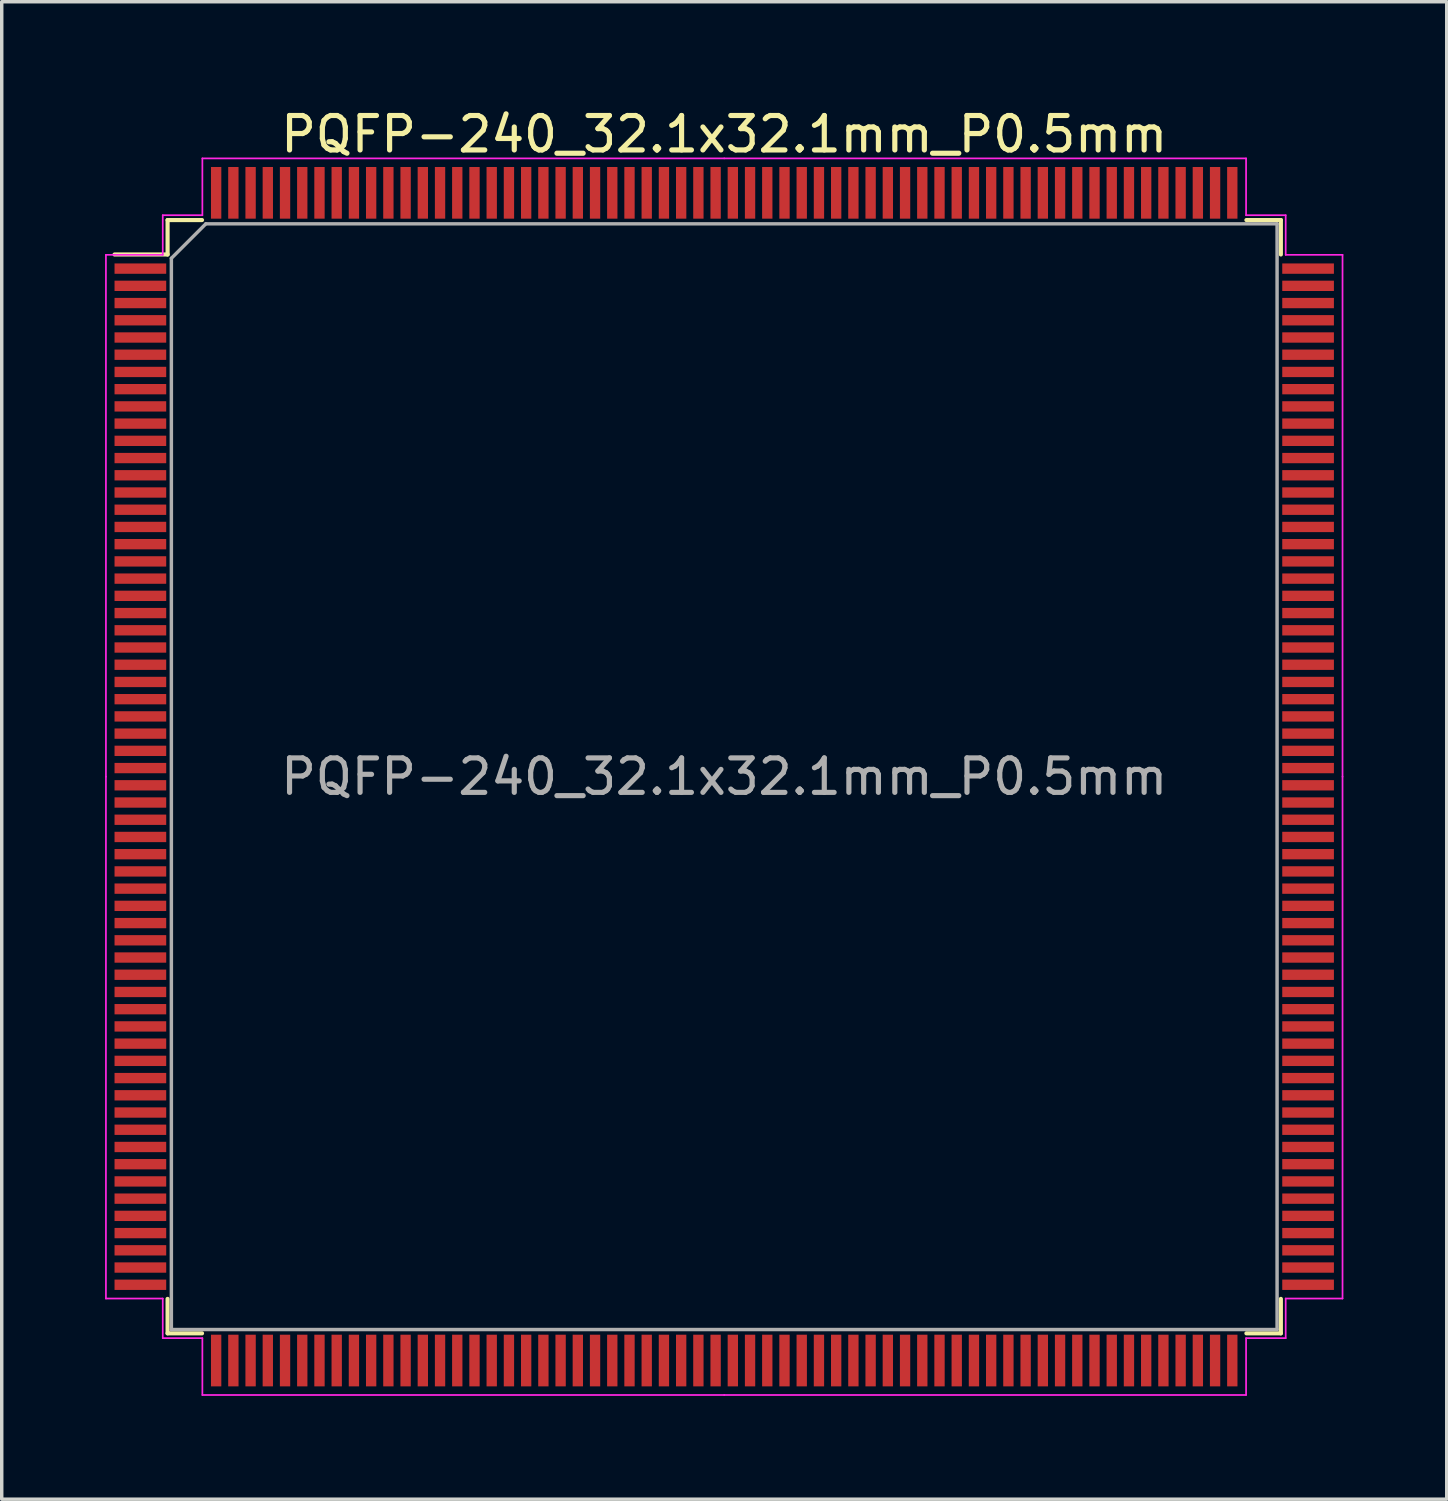
<source format=kicad_pcb>
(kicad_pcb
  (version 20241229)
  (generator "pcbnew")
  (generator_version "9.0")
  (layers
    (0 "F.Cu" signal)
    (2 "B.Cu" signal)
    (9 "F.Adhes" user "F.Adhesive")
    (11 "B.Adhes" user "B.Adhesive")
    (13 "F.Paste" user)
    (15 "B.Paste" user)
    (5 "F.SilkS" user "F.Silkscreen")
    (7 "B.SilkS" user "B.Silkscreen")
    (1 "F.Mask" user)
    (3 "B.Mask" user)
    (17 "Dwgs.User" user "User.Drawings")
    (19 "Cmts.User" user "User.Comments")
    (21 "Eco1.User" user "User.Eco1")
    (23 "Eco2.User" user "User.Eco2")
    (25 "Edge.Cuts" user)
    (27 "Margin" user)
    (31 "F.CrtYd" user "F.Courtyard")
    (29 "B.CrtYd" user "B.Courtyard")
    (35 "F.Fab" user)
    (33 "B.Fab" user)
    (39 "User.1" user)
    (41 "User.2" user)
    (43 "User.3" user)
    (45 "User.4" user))
  (footprint "PQFP-240_32.1x32.1mm_P0.5mm"
    (layer "F.Cu")
    (at 17.975 19.498)
    (property "Reference" "PQFP-240_32.1x32.1mm_P0.5mm" (at 0 -18.65 0) (layer "F.SilkS") (effects (font (size 1 1) (thickness 0.15))))
    (attr smd)
    (fp_line (start -16.16 -16.16) (end -16.16 -15.16) (stroke (width 0.12) (type solid)) (layer "F.SilkS"))
    (fp_line (start -16.16 -15.16) (end -17.7 -15.16) (stroke (width 0.12) (type solid)) (layer "F.SilkS"))
    (fp_line (start -16.16 16.16) (end -16.16 15.16) (stroke (width 0.12) (type solid)) (layer "F.SilkS"))
    (fp_line (start -15.16 -16.16) (end -16.16 -16.16) (stroke (width 0.12) (type solid)) (layer "F.SilkS"))
    (fp_line (start -15.16 16.16) (end -16.16 16.16) (stroke (width 0.12) (type solid)) (layer "F.SilkS"))
    (fp_line (start 15.16 -16.16) (end 16.16 -16.16) (stroke (width 0.12) (type solid)) (layer "F.SilkS"))
    (fp_line (start 15.16 16.16) (end 16.16 16.16) (stroke (width 0.12) (type solid)) (layer "F.SilkS"))
    (fp_line (start 16.16 -16.16) (end 16.16 -15.16) (stroke (width 0.12) (type solid)) (layer "F.SilkS"))
    (fp_line (start 16.16 16.16) (end 16.16 15.16) (stroke (width 0.12) (type solid)) (layer "F.SilkS"))
    (fp_line (start -17.95 -15.15) (end -17.95 0) (stroke (width 0.05) (type solid)) (layer "F.CrtYd"))
    (fp_line (start -17.95 15.15) (end -17.95 0) (stroke (width 0.05) (type solid)) (layer "F.CrtYd"))
    (fp_line (start -16.3 -16.3) (end -16.3 -15.15) (stroke (width 0.05) (type solid)) (layer "F.CrtYd"))
    (fp_line (start -16.3 -15.15) (end -17.95 -15.15) (stroke (width 0.05) (type solid)) (layer "F.CrtYd"))
    (fp_line (start -16.3 15.15) (end -17.95 15.15) (stroke (width 0.05) (type solid)) (layer "F.CrtYd"))
    (fp_line (start -16.3 16.3) (end -16.3 15.15) (stroke (width 0.05) (type solid)) (layer "F.CrtYd"))
    (fp_line (start -15.15 -17.95) (end -15.15 -16.3) (stroke (width 0.05) (type solid)) (layer "F.CrtYd"))
    (fp_line (start -15.15 -16.3) (end -16.3 -16.3) (stroke (width 0.05) (type solid)) (layer "F.CrtYd"))
    (fp_line (start -15.15 16.3) (end -16.3 16.3) (stroke (width 0.05) (type solid)) (layer "F.CrtYd"))
    (fp_line (start -15.15 17.95) (end -15.15 16.3) (stroke (width 0.05) (type solid)) (layer "F.CrtYd"))
    (fp_line (start 0 -17.95) (end -15.15 -17.95) (stroke (width 0.05) (type solid)) (layer "F.CrtYd"))
    (fp_line (start 0 -17.95) (end 15.15 -17.95) (stroke (width 0.05) (type solid)) (layer "F.CrtYd"))
    (fp_line (start 0 17.95) (end -15.15 17.95) (stroke (width 0.05) (type solid)) (layer "F.CrtYd"))
    (fp_line (start 0 17.95) (end 15.15 17.95) (stroke (width 0.05) (type solid)) (layer "F.CrtYd"))
    (fp_line (start 15.15 -17.95) (end 15.15 -16.3) (stroke (width 0.05) (type solid)) (layer "F.CrtYd"))
    (fp_line (start 15.15 -16.3) (end 16.3 -16.3) (stroke (width 0.05) (type solid)) (layer "F.CrtYd"))
    (fp_line (start 15.15 16.3) (end 16.3 16.3) (stroke (width 0.05) (type solid)) (layer "F.CrtYd"))
    (fp_line (start 15.15 17.95) (end 15.15 16.3) (stroke (width 0.05) (type solid)) (layer "F.CrtYd"))
    (fp_line (start 16.3 -16.3) (end 16.3 -15.15) (stroke (width 0.05) (type solid)) (layer "F.CrtYd"))
    (fp_line (start 16.3 -15.15) (end 17.95 -15.15) (stroke (width 0.05) (type solid)) (layer "F.CrtYd"))
    (fp_line (start 16.3 15.15) (end 17.95 15.15) (stroke (width 0.05) (type solid)) (layer "F.CrtYd"))
    (fp_line (start 16.3 16.3) (end 16.3 15.15) (stroke (width 0.05) (type solid)) (layer "F.CrtYd"))
    (fp_line (start 17.95 -15.15) (end 17.95 0) (stroke (width 0.05) (type solid)) (layer "F.CrtYd"))
    (fp_line (start 17.95 15.15) (end 17.95 0) (stroke (width 0.05) (type solid)) (layer "F.CrtYd"))
    (fp_line (start -16.05 -15.05) (end -15.05 -16.05) (stroke (width 0.1) (type solid)) (layer "F.Fab"))
    (fp_line (start -16.05 16.05) (end -16.05 -15.05) (stroke (width 0.1) (type solid)) (layer "F.Fab"))
    (fp_line (start -15.05 -16.05) (end 16.05 -16.05) (stroke (width 0.1) (type solid)) (layer "F.Fab"))
    (fp_line (start 16.05 -16.05) (end 16.05 16.05) (stroke (width 0.1) (type solid)) (layer "F.Fab"))
    (fp_line (start 16.05 16.05) (end -16.05 16.05) (stroke (width 0.1) (type solid)) (layer "F.Fab"))
    (fp_text user "${REFERENCE}" (at 0 0 0) (layer "F.Fab") (effects (font (size 1 1) (thickness 0.15))))
    (pad "1" smd rect (at -16.95 -14.75) (size 1.5 0.3) (layers "F.Cu" "F.Mask" "F.Paste"))
    (pad "2" smd rect (at -16.95 -14.25) (size 1.5 0.3) (layers "F.Cu" "F.Mask" "F.Paste"))
    (pad "3" smd rect (at -16.95 -13.75) (size 1.5 0.3) (layers "F.Cu" "F.Mask" "F.Paste"))
    (pad "4" smd rect (at -16.95 -13.25) (size 1.5 0.3) (layers "F.Cu" "F.Mask" "F.Paste"))
    (pad "5" smd rect (at -16.95 -12.75) (size 1.5 0.3) (layers "F.Cu" "F.Mask" "F.Paste"))
    (pad "6" smd rect (at -16.95 -12.25) (size 1.5 0.3) (layers "F.Cu" "F.Mask" "F.Paste"))
    (pad "7" smd rect (at -16.95 -11.75) (size 1.5 0.3) (layers "F.Cu" "F.Mask" "F.Paste"))
    (pad "8" smd rect (at -16.95 -11.25) (size 1.5 0.3) (layers "F.Cu" "F.Mask" "F.Paste"))
    (pad "9" smd rect (at -16.95 -10.75) (size 1.5 0.3) (layers "F.Cu" "F.Mask" "F.Paste"))
    (pad "10" smd rect (at -16.95 -10.25) (size 1.5 0.3) (layers "F.Cu" "F.Mask" "F.Paste"))
    (pad "11" smd rect (at -16.95 -9.75) (size 1.5 0.3) (layers "F.Cu" "F.Mask" "F.Paste"))
    (pad "12" smd rect (at -16.95 -9.25) (size 1.5 0.3) (layers "F.Cu" "F.Mask" "F.Paste"))
    (pad "13" smd rect (at -16.95 -8.75) (size 1.5 0.3) (layers "F.Cu" "F.Mask" "F.Paste"))
    (pad "14" smd rect (at -16.95 -8.25) (size 1.5 0.3) (layers "F.Cu" "F.Mask" "F.Paste"))
    (pad "15" smd rect (at -16.95 -7.75) (size 1.5 0.3) (layers "F.Cu" "F.Mask" "F.Paste"))
    (pad "16" smd rect (at -16.95 -7.25) (size 1.5 0.3) (layers "F.Cu" "F.Mask" "F.Paste"))
    (pad "17" smd rect (at -16.95 -6.75) (size 1.5 0.3) (layers "F.Cu" "F.Mask" "F.Paste"))
    (pad "18" smd rect (at -16.95 -6.25) (size 1.5 0.3) (layers "F.Cu" "F.Mask" "F.Paste"))
    (pad "19" smd rect (at -16.95 -5.75) (size 1.5 0.3) (layers "F.Cu" "F.Mask" "F.Paste"))
    (pad "20" smd rect (at -16.95 -5.25) (size 1.5 0.3) (layers "F.Cu" "F.Mask" "F.Paste"))
    (pad "21" smd rect (at -16.95 -4.75) (size 1.5 0.3) (layers "F.Cu" "F.Mask" "F.Paste"))
    (pad "22" smd rect (at -16.95 -4.25) (size 1.5 0.3) (layers "F.Cu" "F.Mask" "F.Paste"))
    (pad "23" smd rect (at -16.95 -3.75) (size 1.5 0.3) (layers "F.Cu" "F.Mask" "F.Paste"))
    (pad "24" smd rect (at -16.95 -3.25) (size 1.5 0.3) (layers "F.Cu" "F.Mask" "F.Paste"))
    (pad "25" smd rect (at -16.95 -2.75) (size 1.5 0.3) (layers "F.Cu" "F.Mask" "F.Paste"))
    (pad "26" smd rect (at -16.95 -2.25) (size 1.5 0.3) (layers "F.Cu" "F.Mask" "F.Paste"))
    (pad "27" smd rect (at -16.95 -1.75) (size 1.5 0.3) (layers "F.Cu" "F.Mask" "F.Paste"))
    (pad "28" smd rect (at -16.95 -1.25) (size 1.5 0.3) (layers "F.Cu" "F.Mask" "F.Paste"))
    (pad "29" smd rect (at -16.95 -0.75) (size 1.5 0.3) (layers "F.Cu" "F.Mask" "F.Paste"))
    (pad "30" smd rect (at -16.95 -0.25) (size 1.5 0.3) (layers "F.Cu" "F.Mask" "F.Paste"))
    (pad "31" smd rect (at -16.95 0.25) (size 1.5 0.3) (layers "F.Cu" "F.Mask" "F.Paste"))
    (pad "32" smd rect (at -16.95 0.75) (size 1.5 0.3) (layers "F.Cu" "F.Mask" "F.Paste"))
    (pad "33" smd rect (at -16.95 1.25) (size 1.5 0.3) (layers "F.Cu" "F.Mask" "F.Paste"))
    (pad "34" smd rect (at -16.95 1.75) (size 1.5 0.3) (layers "F.Cu" "F.Mask" "F.Paste"))
    (pad "35" smd rect (at -16.95 2.25) (size 1.5 0.3) (layers "F.Cu" "F.Mask" "F.Paste"))
    (pad "36" smd rect (at -16.95 2.75) (size 1.5 0.3) (layers "F.Cu" "F.Mask" "F.Paste"))
    (pad "37" smd rect (at -16.95 3.25) (size 1.5 0.3) (layers "F.Cu" "F.Mask" "F.Paste"))
    (pad "38" smd rect (at -16.95 3.75) (size 1.5 0.3) (layers "F.Cu" "F.Mask" "F.Paste"))
    (pad "39" smd rect (at -16.95 4.25) (size 1.5 0.3) (layers "F.Cu" "F.Mask" "F.Paste"))
    (pad "40" smd rect (at -16.95 4.75) (size 1.5 0.3) (layers "F.Cu" "F.Mask" "F.Paste"))
    (pad "41" smd rect (at -16.95 5.25) (size 1.5 0.3) (layers "F.Cu" "F.Mask" "F.Paste"))
    (pad "42" smd rect (at -16.95 5.75) (size 1.5 0.3) (layers "F.Cu" "F.Mask" "F.Paste"))
    (pad "43" smd rect (at -16.95 6.25) (size 1.5 0.3) (layers "F.Cu" "F.Mask" "F.Paste"))
    (pad "44" smd rect (at -16.95 6.75) (size 1.5 0.3) (layers "F.Cu" "F.Mask" "F.Paste"))
    (pad "45" smd rect (at -16.95 7.25) (size 1.5 0.3) (layers "F.Cu" "F.Mask" "F.Paste"))
    (pad "46" smd rect (at -16.95 7.75) (size 1.5 0.3) (layers "F.Cu" "F.Mask" "F.Paste"))
    (pad "47" smd rect (at -16.95 8.25) (size 1.5 0.3) (layers "F.Cu" "F.Mask" "F.Paste"))
    (pad "48" smd rect (at -16.95 8.75) (size 1.5 0.3) (layers "F.Cu" "F.Mask" "F.Paste"))
    (pad "49" smd rect (at -16.95 9.25) (size 1.5 0.3) (layers "F.Cu" "F.Mask" "F.Paste"))
    (pad "50" smd rect (at -16.95 9.75) (size 1.5 0.3) (layers "F.Cu" "F.Mask" "F.Paste"))
    (pad "51" smd rect (at -16.95 10.25) (size 1.5 0.3) (layers "F.Cu" "F.Mask" "F.Paste"))
    (pad "52" smd rect (at -16.95 10.75) (size 1.5 0.3) (layers "F.Cu" "F.Mask" "F.Paste"))
    (pad "53" smd rect (at -16.95 11.25) (size 1.5 0.3) (layers "F.Cu" "F.Mask" "F.Paste"))
    (pad "54" smd rect (at -16.95 11.75) (size 1.5 0.3) (layers "F.Cu" "F.Mask" "F.Paste"))
    (pad "55" smd rect (at -16.95 12.25) (size 1.5 0.3) (layers "F.Cu" "F.Mask" "F.Paste"))
    (pad "56" smd rect (at -16.95 12.75) (size 1.5 0.3) (layers "F.Cu" "F.Mask" "F.Paste"))
    (pad "57" smd rect (at -16.95 13.25) (size 1.5 0.3) (layers "F.Cu" "F.Mask" "F.Paste"))
    (pad "58" smd rect (at -16.95 13.75) (size 1.5 0.3) (layers "F.Cu" "F.Mask" "F.Paste"))
    (pad "59" smd rect (at -16.95 14.25) (size 1.5 0.3) (layers "F.Cu" "F.Mask" "F.Paste"))
    (pad "60" smd rect (at -16.95 14.75) (size 1.5 0.3) (layers "F.Cu" "F.Mask" "F.Paste"))
    (pad "61" smd rect (at -14.75 16.95) (size 0.3 1.5) (layers "F.Cu" "F.Mask" "F.Paste"))
    (pad "62" smd rect (at -14.25 16.95) (size 0.3 1.5) (layers "F.Cu" "F.Mask" "F.Paste"))
    (pad "63" smd rect (at -13.75 16.95) (size 0.3 1.5) (layers "F.Cu" "F.Mask" "F.Paste"))
    (pad "64" smd rect (at -13.25 16.95) (size 0.3 1.5) (layers "F.Cu" "F.Mask" "F.Paste"))
    (pad "65" smd rect (at -12.75 16.95) (size 0.3 1.5) (layers "F.Cu" "F.Mask" "F.Paste"))
    (pad "66" smd rect (at -12.25 16.95) (size 0.3 1.5) (layers "F.Cu" "F.Mask" "F.Paste"))
    (pad "67" smd rect (at -11.75 16.95) (size 0.3 1.5) (layers "F.Cu" "F.Mask" "F.Paste"))
    (pad "68" smd rect (at -11.25 16.95) (size 0.3 1.5) (layers "F.Cu" "F.Mask" "F.Paste"))
    (pad "69" smd rect (at -10.75 16.95) (size 0.3 1.5) (layers "F.Cu" "F.Mask" "F.Paste"))
    (pad "70" smd rect (at -10.25 16.95) (size 0.3 1.5) (layers "F.Cu" "F.Mask" "F.Paste"))
    (pad "71" smd rect (at -9.75 16.95) (size 0.3 1.5) (layers "F.Cu" "F.Mask" "F.Paste"))
    (pad "72" smd rect (at -9.25 16.95) (size 0.3 1.5) (layers "F.Cu" "F.Mask" "F.Paste"))
    (pad "73" smd rect (at -8.75 16.95) (size 0.3 1.5) (layers "F.Cu" "F.Mask" "F.Paste"))
    (pad "74" smd rect (at -8.25 16.95) (size 0.3 1.5) (layers "F.Cu" "F.Mask" "F.Paste"))
    (pad "75" smd rect (at -7.75 16.95) (size 0.3 1.5) (layers "F.Cu" "F.Mask" "F.Paste"))
    (pad "76" smd rect (at -7.25 16.95) (size 0.3 1.5) (layers "F.Cu" "F.Mask" "F.Paste"))
    (pad "77" smd rect (at -6.75 16.95) (size 0.3 1.5) (layers "F.Cu" "F.Mask" "F.Paste"))
    (pad "78" smd rect (at -6.25 16.95) (size 0.3 1.5) (layers "F.Cu" "F.Mask" "F.Paste"))
    (pad "79" smd rect (at -5.75 16.95) (size 0.3 1.5) (layers "F.Cu" "F.Mask" "F.Paste"))
    (pad "80" smd rect (at -5.25 16.95) (size 0.3 1.5) (layers "F.Cu" "F.Mask" "F.Paste"))
    (pad "81" smd rect (at -4.75 16.95) (size 0.3 1.5) (layers "F.Cu" "F.Mask" "F.Paste"))
    (pad "82" smd rect (at -4.25 16.95) (size 0.3 1.5) (layers "F.Cu" "F.Mask" "F.Paste"))
    (pad "83" smd rect (at -3.75 16.95) (size 0.3 1.5) (layers "F.Cu" "F.Mask" "F.Paste"))
    (pad "84" smd rect (at -3.25 16.95) (size 0.3 1.5) (layers "F.Cu" "F.Mask" "F.Paste"))
    (pad "85" smd rect (at -2.75 16.95) (size 0.3 1.5) (layers "F.Cu" "F.Mask" "F.Paste"))
    (pad "86" smd rect (at -2.25 16.95) (size 0.3 1.5) (layers "F.Cu" "F.Mask" "F.Paste"))
    (pad "87" smd rect (at -1.75 16.95) (size 0.3 1.5) (layers "F.Cu" "F.Mask" "F.Paste"))
    (pad "88" smd rect (at -1.25 16.95) (size 0.3 1.5) (layers "F.Cu" "F.Mask" "F.Paste"))
    (pad "89" smd rect (at -0.75 16.95) (size 0.3 1.5) (layers "F.Cu" "F.Mask" "F.Paste"))
    (pad "90" smd rect (at -0.25 16.95) (size 0.3 1.5) (layers "F.Cu" "F.Mask" "F.Paste"))
    (pad "91" smd rect (at 0.25 16.95) (size 0.3 1.5) (layers "F.Cu" "F.Mask" "F.Paste"))
    (pad "92" smd rect (at 0.75 16.95) (size 0.3 1.5) (layers "F.Cu" "F.Mask" "F.Paste"))
    (pad "93" smd rect (at 1.25 16.95) (size 0.3 1.5) (layers "F.Cu" "F.Mask" "F.Paste"))
    (pad "94" smd rect (at 1.75 16.95) (size 0.3 1.5) (layers "F.Cu" "F.Mask" "F.Paste"))
    (pad "95" smd rect (at 2.25 16.95) (size 0.3 1.5) (layers "F.Cu" "F.Mask" "F.Paste"))
    (pad "96" smd rect (at 2.75 16.95) (size 0.3 1.5) (layers "F.Cu" "F.Mask" "F.Paste"))
    (pad "97" smd rect (at 3.25 16.95) (size 0.3 1.5) (layers "F.Cu" "F.Mask" "F.Paste"))
    (pad "98" smd rect (at 3.75 16.95) (size 0.3 1.5) (layers "F.Cu" "F.Mask" "F.Paste"))
    (pad "99" smd rect (at 4.25 16.95) (size 0.3 1.5) (layers "F.Cu" "F.Mask" "F.Paste"))
    (pad "100" smd rect (at 4.75 16.95) (size 0.3 1.5) (layers "F.Cu" "F.Mask" "F.Paste"))
    (pad "101" smd rect (at 5.25 16.95) (size 0.3 1.5) (layers "F.Cu" "F.Mask" "F.Paste"))
    (pad "102" smd rect (at 5.75 16.95) (size 0.3 1.5) (layers "F.Cu" "F.Mask" "F.Paste"))
    (pad "103" smd rect (at 6.25 16.95) (size 0.3 1.5) (layers "F.Cu" "F.Mask" "F.Paste"))
    (pad "104" smd rect (at 6.75 16.95) (size 0.3 1.5) (layers "F.Cu" "F.Mask" "F.Paste"))
    (pad "105" smd rect (at 7.25 16.95) (size 0.3 1.5) (layers "F.Cu" "F.Mask" "F.Paste"))
    (pad "106" smd rect (at 7.75 16.95) (size 0.3 1.5) (layers "F.Cu" "F.Mask" "F.Paste"))
    (pad "107" smd rect (at 8.25 16.95) (size 0.3 1.5) (layers "F.Cu" "F.Mask" "F.Paste"))
    (pad "108" smd rect (at 8.75 16.95) (size 0.3 1.5) (layers "F.Cu" "F.Mask" "F.Paste"))
    (pad "109" smd rect (at 9.25 16.95) (size 0.3 1.5) (layers "F.Cu" "F.Mask" "F.Paste"))
    (pad "110" smd rect (at 9.75 16.95) (size 0.3 1.5) (layers "F.Cu" "F.Mask" "F.Paste"))
    (pad "111" smd rect (at 10.25 16.95) (size 0.3 1.5) (layers "F.Cu" "F.Mask" "F.Paste"))
    (pad "112" smd rect (at 10.75 16.95) (size 0.3 1.5) (layers "F.Cu" "F.Mask" "F.Paste"))
    (pad "113" smd rect (at 11.25 16.95) (size 0.3 1.5) (layers "F.Cu" "F.Mask" "F.Paste"))
    (pad "114" smd rect (at 11.75 16.95) (size 0.3 1.5) (layers "F.Cu" "F.Mask" "F.Paste"))
    (pad "115" smd rect (at 12.25 16.95) (size 0.3 1.5) (layers "F.Cu" "F.Mask" "F.Paste"))
    (pad "116" smd rect (at 12.75 16.95) (size 0.3 1.5) (layers "F.Cu" "F.Mask" "F.Paste"))
    (pad "117" smd rect (at 13.25 16.95) (size 0.3 1.5) (layers "F.Cu" "F.Mask" "F.Paste"))
    (pad "118" smd rect (at 13.75 16.95) (size 0.3 1.5) (layers "F.Cu" "F.Mask" "F.Paste"))
    (pad "119" smd rect (at 14.25 16.95) (size 0.3 1.5) (layers "F.Cu" "F.Mask" "F.Paste"))
    (pad "120" smd rect (at 14.75 16.95) (size 0.3 1.5) (layers "F.Cu" "F.Mask" "F.Paste"))
    (pad "121" smd rect (at 16.95 14.75) (size 1.5 0.3) (layers "F.Cu" "F.Mask" "F.Paste"))
    (pad "122" smd rect (at 16.95 14.25) (size 1.5 0.3) (layers "F.Cu" "F.Mask" "F.Paste"))
    (pad "123" smd rect (at 16.95 13.75) (size 1.5 0.3) (layers "F.Cu" "F.Mask" "F.Paste"))
    (pad "124" smd rect (at 16.95 13.25) (size 1.5 0.3) (layers "F.Cu" "F.Mask" "F.Paste"))
    (pad "125" smd rect (at 16.95 12.75) (size 1.5 0.3) (layers "F.Cu" "F.Mask" "F.Paste"))
    (pad "126" smd rect (at 16.95 12.25) (size 1.5 0.3) (layers "F.Cu" "F.Mask" "F.Paste"))
    (pad "127" smd rect (at 16.95 11.75) (size 1.5 0.3) (layers "F.Cu" "F.Mask" "F.Paste"))
    (pad "128" smd rect (at 16.95 11.25) (size 1.5 0.3) (layers "F.Cu" "F.Mask" "F.Paste"))
    (pad "129" smd rect (at 16.95 10.75) (size 1.5 0.3) (layers "F.Cu" "F.Mask" "F.Paste"))
    (pad "130" smd rect (at 16.95 10.25) (size 1.5 0.3) (layers "F.Cu" "F.Mask" "F.Paste"))
    (pad "131" smd rect (at 16.95 9.75) (size 1.5 0.3) (layers "F.Cu" "F.Mask" "F.Paste"))
    (pad "132" smd rect (at 16.95 9.25) (size 1.5 0.3) (layers "F.Cu" "F.Mask" "F.Paste"))
    (pad "133" smd rect (at 16.95 8.75) (size 1.5 0.3) (layers "F.Cu" "F.Mask" "F.Paste"))
    (pad "134" smd rect (at 16.95 8.25) (size 1.5 0.3) (layers "F.Cu" "F.Mask" "F.Paste"))
    (pad "135" smd rect (at 16.95 7.75) (size 1.5 0.3) (layers "F.Cu" "F.Mask" "F.Paste"))
    (pad "136" smd rect (at 16.95 7.25) (size 1.5 0.3) (layers "F.Cu" "F.Mask" "F.Paste"))
    (pad "137" smd rect (at 16.95 6.75) (size 1.5 0.3) (layers "F.Cu" "F.Mask" "F.Paste"))
    (pad "138" smd rect (at 16.95 6.25) (size 1.5 0.3) (layers "F.Cu" "F.Mask" "F.Paste"))
    (pad "139" smd rect (at 16.95 5.75) (size 1.5 0.3) (layers "F.Cu" "F.Mask" "F.Paste"))
    (pad "140" smd rect (at 16.95 5.25) (size 1.5 0.3) (layers "F.Cu" "F.Mask" "F.Paste"))
    (pad "141" smd rect (at 16.95 4.75) (size 1.5 0.3) (layers "F.Cu" "F.Mask" "F.Paste"))
    (pad "142" smd rect (at 16.95 4.25) (size 1.5 0.3) (layers "F.Cu" "F.Mask" "F.Paste"))
    (pad "143" smd rect (at 16.95 3.75) (size 1.5 0.3) (layers "F.Cu" "F.Mask" "F.Paste"))
    (pad "144" smd rect (at 16.95 3.25) (size 1.5 0.3) (layers "F.Cu" "F.Mask" "F.Paste"))
    (pad "145" smd rect (at 16.95 2.75) (size 1.5 0.3) (layers "F.Cu" "F.Mask" "F.Paste"))
    (pad "146" smd rect (at 16.95 2.25) (size 1.5 0.3) (layers "F.Cu" "F.Mask" "F.Paste"))
    (pad "147" smd rect (at 16.95 1.75) (size 1.5 0.3) (layers "F.Cu" "F.Mask" "F.Paste"))
    (pad "148" smd rect (at 16.95 1.25) (size 1.5 0.3) (layers "F.Cu" "F.Mask" "F.Paste"))
    (pad "149" smd rect (at 16.95 0.75) (size 1.5 0.3) (layers "F.Cu" "F.Mask" "F.Paste"))
    (pad "150" smd rect (at 16.95 0.25) (size 1.5 0.3) (layers "F.Cu" "F.Mask" "F.Paste"))
    (pad "151" smd rect (at 16.95 -0.25) (size 1.5 0.3) (layers "F.Cu" "F.Mask" "F.Paste"))
    (pad "152" smd rect (at 16.95 -0.75) (size 1.5 0.3) (layers "F.Cu" "F.Mask" "F.Paste"))
    (pad "153" smd rect (at 16.95 -1.25) (size 1.5 0.3) (layers "F.Cu" "F.Mask" "F.Paste"))
    (pad "154" smd rect (at 16.95 -1.75) (size 1.5 0.3) (layers "F.Cu" "F.Mask" "F.Paste"))
    (pad "155" smd rect (at 16.95 -2.25) (size 1.5 0.3) (layers "F.Cu" "F.Mask" "F.Paste"))
    (pad "156" smd rect (at 16.95 -2.75) (size 1.5 0.3) (layers "F.Cu" "F.Mask" "F.Paste"))
    (pad "157" smd rect (at 16.95 -3.25) (size 1.5 0.3) (layers "F.Cu" "F.Mask" "F.Paste"))
    (pad "158" smd rect (at 16.95 -3.75) (size 1.5 0.3) (layers "F.Cu" "F.Mask" "F.Paste"))
    (pad "159" smd rect (at 16.95 -4.25) (size 1.5 0.3) (layers "F.Cu" "F.Mask" "F.Paste"))
    (pad "160" smd rect (at 16.95 -4.75) (size 1.5 0.3) (layers "F.Cu" "F.Mask" "F.Paste"))
    (pad "161" smd rect (at 16.95 -5.25) (size 1.5 0.3) (layers "F.Cu" "F.Mask" "F.Paste"))
    (pad "162" smd rect (at 16.95 -5.75) (size 1.5 0.3) (layers "F.Cu" "F.Mask" "F.Paste"))
    (pad "163" smd rect (at 16.95 -6.25) (size 1.5 0.3) (layers "F.Cu" "F.Mask" "F.Paste"))
    (pad "164" smd rect (at 16.95 -6.75) (size 1.5 0.3) (layers "F.Cu" "F.Mask" "F.Paste"))
    (pad "165" smd rect (at 16.95 -7.25) (size 1.5 0.3) (layers "F.Cu" "F.Mask" "F.Paste"))
    (pad "166" smd rect (at 16.95 -7.75) (size 1.5 0.3) (layers "F.Cu" "F.Mask" "F.Paste"))
    (pad "167" smd rect (at 16.95 -8.25) (size 1.5 0.3) (layers "F.Cu" "F.Mask" "F.Paste"))
    (pad "168" smd rect (at 16.95 -8.75) (size 1.5 0.3) (layers "F.Cu" "F.Mask" "F.Paste"))
    (pad "169" smd rect (at 16.95 -9.25) (size 1.5 0.3) (layers "F.Cu" "F.Mask" "F.Paste"))
    (pad "170" smd rect (at 16.95 -9.75) (size 1.5 0.3) (layers "F.Cu" "F.Mask" "F.Paste"))
    (pad "171" smd rect (at 16.95 -10.25) (size 1.5 0.3) (layers "F.Cu" "F.Mask" "F.Paste"))
    (pad "172" smd rect (at 16.95 -10.75) (size 1.5 0.3) (layers "F.Cu" "F.Mask" "F.Paste"))
    (pad "173" smd rect (at 16.95 -11.25) (size 1.5 0.3) (layers "F.Cu" "F.Mask" "F.Paste"))
    (pad "174" smd rect (at 16.95 -11.75) (size 1.5 0.3) (layers "F.Cu" "F.Mask" "F.Paste"))
    (pad "175" smd rect (at 16.95 -12.25) (size 1.5 0.3) (layers "F.Cu" "F.Mask" "F.Paste"))
    (pad "176" smd rect (at 16.95 -12.75) (size 1.5 0.3) (layers "F.Cu" "F.Mask" "F.Paste"))
    (pad "177" smd rect (at 16.95 -13.25) (size 1.5 0.3) (layers "F.Cu" "F.Mask" "F.Paste"))
    (pad "178" smd rect (at 16.95 -13.75) (size 1.5 0.3) (layers "F.Cu" "F.Mask" "F.Paste"))
    (pad "179" smd rect (at 16.95 -14.25) (size 1.5 0.3) (layers "F.Cu" "F.Mask" "F.Paste"))
    (pad "180" smd rect (at 16.95 -14.75) (size 1.5 0.3) (layers "F.Cu" "F.Mask" "F.Paste"))
    (pad "181" smd rect (at 14.75 -16.95) (size 0.3 1.5) (layers "F.Cu" "F.Mask" "F.Paste"))
    (pad "182" smd rect (at 14.25 -16.95) (size 0.3 1.5) (layers "F.Cu" "F.Mask" "F.Paste"))
    (pad "183" smd rect (at 13.75 -16.95) (size 0.3 1.5) (layers "F.Cu" "F.Mask" "F.Paste"))
    (pad "184" smd rect (at 13.25 -16.95) (size 0.3 1.5) (layers "F.Cu" "F.Mask" "F.Paste"))
    (pad "185" smd rect (at 12.75 -16.95) (size 0.3 1.5) (layers "F.Cu" "F.Mask" "F.Paste"))
    (pad "186" smd rect (at 12.25 -16.95) (size 0.3 1.5) (layers "F.Cu" "F.Mask" "F.Paste"))
    (pad "187" smd rect (at 11.75 -16.95) (size 0.3 1.5) (layers "F.Cu" "F.Mask" "F.Paste"))
    (pad "188" smd rect (at 11.25 -16.95) (size 0.3 1.5) (layers "F.Cu" "F.Mask" "F.Paste"))
    (pad "189" smd rect (at 10.75 -16.95) (size 0.3 1.5) (layers "F.Cu" "F.Mask" "F.Paste"))
    (pad "190" smd rect (at 10.25 -16.95) (size 0.3 1.5) (layers "F.Cu" "F.Mask" "F.Paste"))
    (pad "191" smd rect (at 9.75 -16.95) (size 0.3 1.5) (layers "F.Cu" "F.Mask" "F.Paste"))
    (pad "192" smd rect (at 9.25 -16.95) (size 0.3 1.5) (layers "F.Cu" "F.Mask" "F.Paste"))
    (pad "193" smd rect (at 8.75 -16.95) (size 0.3 1.5) (layers "F.Cu" "F.Mask" "F.Paste"))
    (pad "194" smd rect (at 8.25 -16.95) (size 0.3 1.5) (layers "F.Cu" "F.Mask" "F.Paste"))
    (pad "195" smd rect (at 7.75 -16.95) (size 0.3 1.5) (layers "F.Cu" "F.Mask" "F.Paste"))
    (pad "196" smd rect (at 7.25 -16.95) (size 0.3 1.5) (layers "F.Cu" "F.Mask" "F.Paste"))
    (pad "197" smd rect (at 6.75 -16.95) (size 0.3 1.5) (layers "F.Cu" "F.Mask" "F.Paste"))
    (pad "198" smd rect (at 6.25 -16.95) (size 0.3 1.5) (layers "F.Cu" "F.Mask" "F.Paste"))
    (pad "199" smd rect (at 5.75 -16.95) (size 0.3 1.5) (layers "F.Cu" "F.Mask" "F.Paste"))
    (pad "200" smd rect (at 5.25 -16.95) (size 0.3 1.5) (layers "F.Cu" "F.Mask" "F.Paste"))
    (pad "201" smd rect (at 4.75 -16.95) (size 0.3 1.5) (layers "F.Cu" "F.Mask" "F.Paste"))
    (pad "202" smd rect (at 4.25 -16.95) (size 0.3 1.5) (layers "F.Cu" "F.Mask" "F.Paste"))
    (pad "203" smd rect (at 3.75 -16.95) (size 0.3 1.5) (layers "F.Cu" "F.Mask" "F.Paste"))
    (pad "204" smd rect (at 3.25 -16.95) (size 0.3 1.5) (layers "F.Cu" "F.Mask" "F.Paste"))
    (pad "205" smd rect (at 2.75 -16.95) (size 0.3 1.5) (layers "F.Cu" "F.Mask" "F.Paste"))
    (pad "206" smd rect (at 2.25 -16.95) (size 0.3 1.5) (layers "F.Cu" "F.Mask" "F.Paste"))
    (pad "207" smd rect (at 1.75 -16.95) (size 0.3 1.5) (layers "F.Cu" "F.Mask" "F.Paste"))
    (pad "208" smd rect (at 1.25 -16.95) (size 0.3 1.5) (layers "F.Cu" "F.Mask" "F.Paste"))
    (pad "209" smd rect (at 0.75 -16.95) (size 0.3 1.5) (layers "F.Cu" "F.Mask" "F.Paste"))
    (pad "210" smd rect (at 0.25 -16.95) (size 0.3 1.5) (layers "F.Cu" "F.Mask" "F.Paste"))
    (pad "211" smd rect (at -0.25 -16.95) (size 0.3 1.5) (layers "F.Cu" "F.Mask" "F.Paste"))
    (pad "212" smd rect (at -0.75 -16.95) (size 0.3 1.5) (layers "F.Cu" "F.Mask" "F.Paste"))
    (pad "213" smd rect (at -1.25 -16.95) (size 0.3 1.5) (layers "F.Cu" "F.Mask" "F.Paste"))
    (pad "214" smd rect (at -1.75 -16.95) (size 0.3 1.5) (layers "F.Cu" "F.Mask" "F.Paste"))
    (pad "215" smd rect (at -2.25 -16.95) (size 0.3 1.5) (layers "F.Cu" "F.Mask" "F.Paste"))
    (pad "216" smd rect (at -2.75 -16.95) (size 0.3 1.5) (layers "F.Cu" "F.Mask" "F.Paste"))
    (pad "217" smd rect (at -3.25 -16.95) (size 0.3 1.5) (layers "F.Cu" "F.Mask" "F.Paste"))
    (pad "218" smd rect (at -3.75 -16.95) (size 0.3 1.5) (layers "F.Cu" "F.Mask" "F.Paste"))
    (pad "219" smd rect (at -4.25 -16.95) (size 0.3 1.5) (layers "F.Cu" "F.Mask" "F.Paste"))
    (pad "220" smd rect (at -4.75 -16.95) (size 0.3 1.5) (layers "F.Cu" "F.Mask" "F.Paste"))
    (pad "221" smd rect (at -5.25 -16.95) (size 0.3 1.5) (layers "F.Cu" "F.Mask" "F.Paste"))
    (pad "222" smd rect (at -5.75 -16.95) (size 0.3 1.5) (layers "F.Cu" "F.Mask" "F.Paste"))
    (pad "223" smd rect (at -6.25 -16.95) (size 0.3 1.5) (layers "F.Cu" "F.Mask" "F.Paste"))
    (pad "224" smd rect (at -6.75 -16.95) (size 0.3 1.5) (layers "F.Cu" "F.Mask" "F.Paste"))
    (pad "225" smd rect (at -7.25 -16.95) (size 0.3 1.5) (layers "F.Cu" "F.Mask" "F.Paste"))
    (pad "226" smd rect (at -7.75 -16.95) (size 0.3 1.5) (layers "F.Cu" "F.Mask" "F.Paste"))
    (pad "227" smd rect (at -8.25 -16.95) (size 0.3 1.5) (layers "F.Cu" "F.Mask" "F.Paste"))
    (pad "228" smd rect (at -8.75 -16.95) (size 0.3 1.5) (layers "F.Cu" "F.Mask" "F.Paste"))
    (pad "229" smd rect (at -9.25 -16.95) (size 0.3 1.5) (layers "F.Cu" "F.Mask" "F.Paste"))
    (pad "230" smd rect (at -9.75 -16.95) (size 0.3 1.5) (layers "F.Cu" "F.Mask" "F.Paste"))
    (pad "231" smd rect (at -10.25 -16.95) (size 0.3 1.5) (layers "F.Cu" "F.Mask" "F.Paste"))
    (pad "232" smd rect (at -10.75 -16.95) (size 0.3 1.5) (layers "F.Cu" "F.Mask" "F.Paste"))
    (pad "233" smd rect (at -11.25 -16.95) (size 0.3 1.5) (layers "F.Cu" "F.Mask" "F.Paste"))
    (pad "234" smd rect (at -11.75 -16.95) (size 0.3 1.5) (layers "F.Cu" "F.Mask" "F.Paste"))
    (pad "235" smd rect (at -12.25 -16.95) (size 0.3 1.5) (layers "F.Cu" "F.Mask" "F.Paste"))
    (pad "236" smd rect (at -12.75 -16.95) (size 0.3 1.5) (layers "F.Cu" "F.Mask" "F.Paste"))
    (pad "237" smd rect (at -13.25 -16.95) (size 0.3 1.5) (layers "F.Cu" "F.Mask" "F.Paste"))
    (pad "238" smd rect (at -13.75 -16.95) (size 0.3 1.5) (layers "F.Cu" "F.Mask" "F.Paste"))
    (pad "239" smd rect (at -14.25 -16.95) (size 0.3 1.5) (layers "F.Cu" "F.Mask" "F.Paste"))
    (pad "240" smd rect (at -14.75 -16.95) (size 0.3 1.5) (layers "F.Cu" "F.Mask" "F.Paste")))
  (gr_rect
    (start -3 -3)
    (end 38.95 40.473)
    (stroke (width 0.1) (type default))
    (fill no)
    (layer "Edge.Cuts")))
</source>
